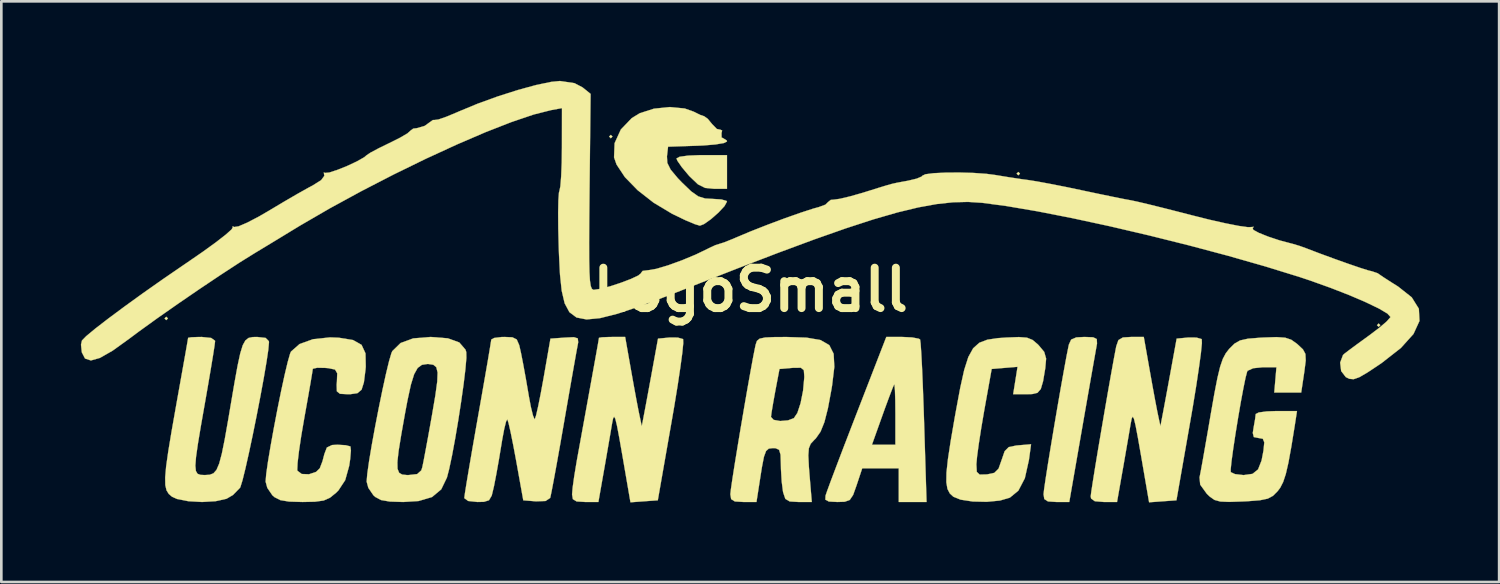
<source format=kicad_pcb>
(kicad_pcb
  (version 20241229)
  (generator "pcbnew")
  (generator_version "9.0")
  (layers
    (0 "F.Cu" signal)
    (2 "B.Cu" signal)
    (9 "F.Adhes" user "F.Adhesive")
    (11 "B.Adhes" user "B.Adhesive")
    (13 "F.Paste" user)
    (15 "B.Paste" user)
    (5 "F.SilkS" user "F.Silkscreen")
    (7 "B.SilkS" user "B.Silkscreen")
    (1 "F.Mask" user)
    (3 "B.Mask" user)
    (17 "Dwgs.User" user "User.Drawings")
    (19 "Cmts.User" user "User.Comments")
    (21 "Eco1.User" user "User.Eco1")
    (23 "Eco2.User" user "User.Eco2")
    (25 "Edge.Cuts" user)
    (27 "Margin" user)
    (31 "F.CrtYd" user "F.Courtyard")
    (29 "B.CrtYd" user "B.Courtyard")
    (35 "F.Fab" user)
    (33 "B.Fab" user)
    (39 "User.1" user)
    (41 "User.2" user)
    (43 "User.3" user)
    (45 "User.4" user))
  (footprint "LogoSmall"
    (layer "F.Cu")
    (at 25.254 7.879)
    (property "Reference" "LogoSmall" (at 0 0 0) (layer "F.SilkS") (effects (font (size 1.524 1.524) (thickness 0.3))))
    (attr through_hole)
    (fp_poly (pts (xy -21.971 1.079) (xy -22.035 1.143) (xy -22.098 1.079) (xy -22.035 1.016) (xy -21.971 1.079)) (stroke (width 0.01) (type solid)) (fill yes) (layer "F.SilkS"))
    (fp_poly (pts (xy -5.207 -5.779) (xy -5.271 -5.715) (xy -5.334 -5.779) (xy -5.271 -5.842) (xy -5.207 -5.779)) (stroke (width 0.01) (type solid)) (fill yes) (layer "F.SilkS"))
    (fp_poly (pts (xy 10.16 -4.381) (xy 10.097 -4.318) (xy 10.033 -4.381) (xy 10.097 -4.445) (xy 10.16 -4.381)) (stroke (width 0.01) (type solid)) (fill yes) (layer "F.SilkS"))
    (fp_poly (pts (xy 23.749 1.333) (xy 23.686 1.397) (xy 23.622 1.333) (xy 23.686 1.27) (xy 23.749 1.333)) (stroke (width 0.01) (type solid)) (fill yes) (layer "F.SilkS"))
    (fp_poly (pts (xy -0.889 -3.81) (xy -1.382 -3.81) (xy -1.714 -3.843) (xy -1.983 -3.977) (xy -2.285 -4.264) (xy -2.335 -4.318) (xy -2.592 -4.625) (xy -2.758 -4.865) (xy -2.794 -4.953) (xy -2.676 -5.017) (xy -2.357 -5.061) (xy -1.89 -5.08) (xy -1.841 -5.08) (xy -0.889 -5.08) (xy -0.889 -3.81)) (stroke (width 0.01) (type solid)) (fill yes) (layer "F.SilkS"))
    (fp_poly (pts (xy 12.92 1.79) (xy 13.056 1.857) (xy 13.065 2.028) (xy 13.047 2.127) (xy 13.007 2.352) (xy 12.93 2.786) (xy 12.824 3.386) (xy 12.697 4.11) (xy 12.556 4.917) (xy 12.5 5.239) (xy 12.019 8.001) (xy 11.534 8.001) (xy 11.215 7.98) (xy 11.077 7.89) (xy 11.049 7.71) (xy 11.07 7.517) (xy 11.128 7.12) (xy 11.215 6.565) (xy 11.324 5.898) (xy 11.446 5.166) (xy 11.574 4.414) (xy 11.7 3.689) (xy 11.817 3.036) (xy 11.915 2.502) (xy 11.989 2.133) (xy 12.004 2.064) (xy 12.09 1.877) (xy 12.283 1.794) (xy 12.591 1.778) (xy 12.92 1.79)) (stroke (width 0.01) (type solid)) (fill yes) (layer "F.SilkS"))
    (fp_poly (pts (xy 6.095 1.796) (xy 6.342 1.843) (xy 6.393 1.873) (xy 6.413 2.022) (xy 6.438 2.388) (xy 6.467 2.936) (xy 6.496 3.628) (xy 6.526 4.429) (xy 6.544 4.985) (xy 6.637 8.001) (xy 5.588 8.001) (xy 5.588 6.731) (xy 4.211 6.731) (xy 4 7.366) (xy 3.868 7.736) (xy 3.741 7.924) (xy 3.552 7.992) (xy 3.277 8.001) (xy 2.952 7.984) (xy 2.821 7.913) (xy 2.827 7.763) (xy 2.889 7.582) (xy 3.029 7.2) (xy 3.236 6.652) (xy 3.493 5.976) (xy 3.545 5.842) (xy 4.577 5.842) (xy 5.461 5.842) (xy 5.461 4.678) (xy 5.457 4.177) (xy 5.445 3.796) (xy 5.427 3.588) (xy 5.416 3.567) (xy 5.357 3.702) (xy 5.234 4.021) (xy 5.069 4.467) (xy 4.974 4.731) (xy 4.577 5.842) (xy 3.545 5.842) (xy 3.79 5.205) (xy 4.004 4.652) (xy 5.119 1.778) (xy 5.727 1.778) (xy 6.095 1.796)) (stroke (width 0.01) (type solid)) (fill yes) (layer "F.SilkS"))
    (fp_poly (pts (xy -2.483 -6.838) (xy -2.147 -6.719) (xy -1.89 -6.592) (xy -1.749 -6.545) (xy -1.615 -6.449) (xy -1.454 -6.253) (xy -1.271 -6.066) (xy -1.136 -6.037) (xy -1.072 -6.009) (xy -1.095 -5.912) (xy -1.092 -5.745) (xy -1.03 -5.715) (xy -0.895 -5.629) (xy -0.889 -5.593) (xy -1.006 -5.535) (xy -1.32 -5.482) (xy -1.773 -5.444) (xy -2 -5.434) (xy -3.111 -5.397) (xy -3.153 -5.031) (xy -3.14 -4.787) (xy -3.015 -4.534) (xy -2.743 -4.209) (xy -2.587 -4.047) (xy -2.236 -3.71) (xy -1.971 -3.523) (xy -1.713 -3.444) (xy -1.434 -3.429) (xy -1.102 -3.408) (xy -0.909 -3.354) (xy -0.889 -3.327) (xy -0.982 -3.158) (xy -1.208 -2.915) (xy -1.492 -2.665) (xy -1.757 -2.478) (xy -1.911 -2.419) (xy -2.107 -2.478) (xy -2.458 -2.626) (xy -2.892 -2.835) (xy -2.968 -2.873) (xy -3.654 -3.284) (xy -4.259 -3.757) (xy -4.74 -4.251) (xy -5.054 -4.725) (xy -5.148 -4.994) (xy -5.127 -5.53) (xy -4.892 -6.045) (xy -4.48 -6.475) (xy -4.177 -6.66) (xy -3.642 -6.831) (xy -3.043 -6.892) (xy -2.483 -6.838)) (stroke (width 0.01) (type solid)) (fill yes) (layer "F.SilkS"))
    (fp_poly (pts (xy 15.048 3.016) (xy 15.153 3.604) (xy 15.253 4.147) (xy 15.333 4.563) (xy 15.361 4.699) (xy 15.456 5.144) (xy 15.553 4.636) (xy 15.621 4.275) (xy 15.717 3.758) (xy 15.824 3.177) (xy 15.859 2.985) (xy 16.068 1.841) (xy 16.495 1.8) (xy 16.812 1.801) (xy 17.007 1.856) (xy 17.015 1.864) (xy 17.02 2.013) (xy 16.984 2.377) (xy 16.911 2.918) (xy 16.809 3.602) (xy 16.68 4.393) (xy 16.583 4.953) (xy 16.06 7.938) (xy 15.544 7.975) (xy 15.029 8.013) (xy 14.727 6.261) (xy 14.607 5.578) (xy 14.52 5.12) (xy 14.458 4.863) (xy 14.412 4.782) (xy 14.374 4.85) (xy 14.335 5.045) (xy 14.329 5.08) (xy 14.263 5.469) (xy 14.169 6.012) (xy 14.065 6.613) (xy 14.027 6.826) (xy 13.82 8.001) (xy 13.323 8.001) (xy 12.984 7.973) (xy 12.842 7.872) (xy 12.827 7.792) (xy 12.848 7.62) (xy 12.906 7.243) (xy 12.992 6.705) (xy 13.1 6.051) (xy 13.223 5.327) (xy 13.351 4.577) (xy 13.478 3.846) (xy 13.596 3.178) (xy 13.697 2.619) (xy 13.774 2.213) (xy 13.791 2.127) (xy 13.872 1.896) (xy 14.041 1.797) (xy 14.346 1.778) (xy 14.829 1.778) (xy 15.048 3.016)) (stroke (width 0.01) (type solid)) (fill yes) (layer "F.SilkS"))
    (fp_poly (pts (xy -4.51 3.016) (xy -4.405 3.604) (xy -4.305 4.147) (xy -4.225 4.563) (xy -4.197 4.699) (xy -4.102 5.144) (xy -4.005 4.636) (xy -3.937 4.275) (xy -3.841 3.758) (xy -3.734 3.177) (xy -3.699 2.985) (xy -3.49 1.841) (xy -3.063 1.8) (xy -2.746 1.801) (xy -2.551 1.856) (xy -2.543 1.864) (xy -2.538 2.013) (xy -2.574 2.377) (xy -2.647 2.918) (xy -2.749 3.602) (xy -2.878 4.393) (xy -2.975 4.953) (xy -3.498 7.938) (xy -4.014 7.975) (xy -4.529 8.013) (xy -4.831 6.261) (xy -4.951 5.578) (xy -5.038 5.12) (xy -5.1 4.863) (xy -5.146 4.782) (xy -5.184 4.85) (xy -5.223 5.045) (xy -5.229 5.08) (xy -5.295 5.469) (xy -5.389 6.012) (xy -5.493 6.613) (xy -5.531 6.826) (xy -5.738 8.001) (xy -6.235 8.001) (xy -6.559 7.981) (xy -6.701 7.894) (xy -6.731 7.715) (xy -6.709 7.457) (xy -6.65 7.033) (xy -6.566 6.524) (xy -6.547 6.413) (xy -6.452 5.893) (xy -6.328 5.209) (xy -6.189 4.445) (xy -6.052 3.688) (xy -6.039 3.619) (xy -5.924 2.982) (xy -5.826 2.441) (xy -5.755 2.043) (xy -5.719 1.831) (xy -5.716 1.81) (xy -5.603 1.79) (xy -5.322 1.779) (xy -5.222 1.778) (xy -4.729 1.778) (xy -4.51 3.016)) (stroke (width 0.01) (type solid)) (fill yes) (layer "F.SilkS"))
    (fp_poly (pts (xy 10.423 1.805) (xy 10.632 1.889) (xy 10.827 2.052) (xy 10.861 2.086) (xy 11.074 2.341) (xy 11.146 2.594) (xy 11.114 2.957) (xy 11.031 3.448) (xy 10.945 3.74) (xy 10.82 3.884) (xy 10.617 3.932) (xy 10.404 3.937) (xy 9.903 3.937) (xy 9.986 3.42) (xy 10.068 2.904) (xy 9.581 2.944) (xy 9.093 2.985) (xy 8.808 4.572) (xy 8.698 5.218) (xy 8.606 5.811) (xy 8.542 6.286) (xy 8.516 6.577) (xy 8.516 6.58) (xy 8.531 6.865) (xy 8.641 6.968) (xy 8.918 6.961) (xy 9.193 6.902) (xy 9.352 6.744) (xy 9.469 6.413) (xy 9.582 6.086) (xy 9.736 5.931) (xy 10.019 5.872) (xy 10.094 5.865) (xy 10.578 5.824) (xy 10.497 6.418) (xy 10.344 7.104) (xy 10.099 7.574) (xy 9.779 7.837) (xy 9.405 7.947) (xy 8.906 7.995) (xy 8.379 7.983) (xy 7.92 7.913) (xy 7.648 7.803) (xy 7.514 7.68) (xy 7.425 7.509) (xy 7.383 7.258) (xy 7.388 6.894) (xy 7.443 6.386) (xy 7.547 5.701) (xy 7.701 4.806) (xy 7.742 4.58) (xy 7.908 3.69) (xy 8.057 3.019) (xy 8.212 2.535) (xy 8.394 2.205) (xy 8.626 1.997) (xy 8.929 1.881) (xy 9.325 1.822) (xy 9.643 1.8) (xy 10.119 1.782) (xy 10.423 1.805)) (stroke (width 0.01) (type solid)) (fill yes) (layer "F.SilkS"))
    (fp_poly (pts (xy -11.416 1.829) (xy -10.984 1.985) (xy -10.751 2.255) (xy -10.721 2.347) (xy -10.717 2.569) (xy -10.753 2.989) (xy -10.821 3.555) (xy -10.914 4.215) (xy -11.022 4.917) (xy -11.139 5.609) (xy -11.256 6.24) (xy -11.366 6.758) (xy -11.449 7.078) (xy -11.665 7.525) (xy -12.01 7.813) (xy -12.52 7.965) (xy -13.098 8.001) (xy -13.606 7.985) (xy -13.933 7.928) (xy -14.152 7.812) (xy -14.224 7.747) (xy -14.414 7.468) (xy -14.478 7.232) (xy -14.453 6.934) (xy -14.389 6.484) (xy -13.318 6.484) (xy -13.313 6.75) (xy -13.253 6.9) (xy -13.137 6.967) (xy -12.964 6.985) (xy -12.893 6.985) (xy -12.573 6.949) (xy -12.419 6.811) (xy -12.381 6.699) (xy -12.334 6.472) (xy -12.254 6.05) (xy -12.15 5.489) (xy -12.035 4.847) (xy -12.009 4.7) (xy -11.885 3.972) (xy -11.815 3.458) (xy -11.802 3.119) (xy -11.85 2.921) (xy -11.963 2.826) (xy -12.143 2.799) (xy -12.192 2.798) (xy -12.395 2.829) (xy -12.554 2.946) (xy -12.687 3.184) (xy -12.81 3.581) (xy -12.938 4.171) (xy -13.029 4.653) (xy -13.174 5.469) (xy -13.271 6.068) (xy -13.318 6.484) (xy -14.389 6.484) (xy -14.386 6.459) (xy -14.285 5.856) (xy -14.161 5.177) (xy -14.024 4.471) (xy -13.884 3.788) (xy -13.751 3.18) (xy -13.634 2.696) (xy -13.543 2.386) (xy -13.51 2.312) (xy -13.197 2.006) (xy -12.723 1.832) (xy -12.065 1.778) (xy -11.416 1.829)) (stroke (width 0.01) (type solid)) (fill yes) (layer "F.SilkS"))
    (fp_poly (pts (xy -18.287 1.814) (xy -18.165 1.937) (xy -18.161 1.982) (xy -18.186 2.258) (xy -18.254 2.718) (xy -18.356 3.317) (xy -18.483 4.007) (xy -18.625 4.741) (xy -18.773 5.473) (xy -18.918 6.155) (xy -19.05 6.741) (xy -19.16 7.184) (xy -19.238 7.437) (xy -19.254 7.467) (xy -19.521 7.739) (xy -19.763 7.88) (xy -20.172 7.971) (xy -20.683 8.001) (xy -21.2 7.972) (xy -21.627 7.888) (xy -21.816 7.803) (xy -21.939 7.699) (xy -22.024 7.563) (xy -22.07 7.366) (xy -22.075 7.075) (xy -22.039 6.66) (xy -21.958 6.089) (xy -21.833 5.333) (xy -21.661 4.359) (xy -21.654 4.318) (xy -21.518 3.559) (xy -21.399 2.892) (xy -21.303 2.353) (xy -21.238 1.981) (xy -21.21 1.815) (xy -21.209 1.81) (xy -21.096 1.79) (xy -20.814 1.779) (xy -20.701 1.778) (xy -20.342 1.815) (xy -20.195 1.92) (xy -20.193 1.937) (xy -20.214 2.109) (xy -20.273 2.487) (xy -20.362 3.026) (xy -20.474 3.683) (xy -20.574 4.255) (xy -20.731 5.147) (xy -20.843 5.82) (xy -20.912 6.305) (xy -20.937 6.632) (xy -20.917 6.833) (xy -20.854 6.938) (xy -20.746 6.978) (xy -20.594 6.985) (xy -20.571 6.985) (xy -20.395 6.974) (xy -20.255 6.92) (xy -20.14 6.79) (xy -20.039 6.555) (xy -19.939 6.181) (xy -19.829 5.637) (xy -19.697 4.891) (xy -19.611 4.381) (xy -19.463 3.512) (xy -19.345 2.862) (xy -19.245 2.399) (xy -19.151 2.091) (xy -19.049 1.907) (xy -18.929 1.814) (xy -18.777 1.782) (xy -18.609 1.778) (xy -18.287 1.814)) (stroke (width 0.01) (type solid)) (fill yes) (layer "F.SilkS"))
    (fp_poly (pts (xy -8.981 1.791) (xy -8.818 1.872) (xy -8.724 2.087) (xy -8.657 2.381) (xy -8.572 2.816) (xy -8.469 3.381) (xy -8.37 3.955) (xy -8.369 3.966) (xy -8.285 4.415) (xy -8.206 4.737) (xy -8.147 4.878) (xy -8.136 4.877) (xy -8.087 4.732) (xy -8.008 4.387) (xy -7.91 3.896) (xy -7.805 3.324) (xy -7.546 1.841) (xy -7 1.802) (xy -6.661 1.786) (xy -6.515 1.832) (xy -6.5 1.98) (xy -6.526 2.119) (xy -6.569 2.35) (xy -6.647 2.788) (xy -6.753 3.388) (xy -6.879 4.107) (xy -7.017 4.901) (xy -7.048 5.08) (xy -7.186 5.87) (xy -7.313 6.58) (xy -7.421 7.169) (xy -7.503 7.599) (xy -7.551 7.828) (xy -7.558 7.85) (xy -7.73 7.964) (xy -8.094 7.977) (xy -8.571 7.938) (xy -8.84 6.441) (xy -8.95 5.855) (xy -9.049 5.366) (xy -9.127 5.024) (xy -9.173 4.882) (xy -9.22 4.967) (xy -9.29 5.249) (xy -9.369 5.671) (xy -9.391 5.807) (xy -9.486 6.381) (xy -9.587 6.949) (xy -9.672 7.388) (xy -9.674 7.398) (xy -9.76 7.759) (xy -9.864 7.936) (xy -10.054 7.995) (xy -10.298 8.001) (xy -10.65 7.963) (xy -10.793 7.858) (xy -10.794 7.842) (xy -10.772 7.676) (xy -10.712 7.298) (xy -10.619 6.744) (xy -10.501 6.054) (xy -10.363 5.265) (xy -10.286 4.83) (xy -10.141 4.008) (xy -10.012 3.271) (xy -9.905 2.653) (xy -9.828 2.193) (xy -9.785 1.927) (xy -9.779 1.877) (xy -9.666 1.815) (xy -9.386 1.78) (xy -9.282 1.778) (xy -8.981 1.791)) (stroke (width 0.01) (type solid)) (fill yes) (layer "F.SilkS"))
    (fp_poly (pts (xy -15.524 1.807) (xy -14.991 1.894) (xy -14.669 2.076) (xy -14.521 2.397) (xy -14.511 2.902) (xy -14.521 3.013) (xy -14.581 3.49) (xy -14.669 3.767) (xy -14.826 3.898) (xy -15.089 3.936) (xy -15.194 3.937) (xy -15.484 3.922) (xy -15.601 3.828) (xy -15.609 3.579) (xy -15.599 3.461) (xy -15.587 3.148) (xy -15.67 3.007) (xy -15.918 2.955) (xy -16.034 2.945) (xy -16.339 2.939) (xy -16.502 2.975) (xy -16.51 2.99) (xy -16.532 3.138) (xy -16.591 3.49) (xy -16.679 3.997) (xy -16.789 4.613) (xy -16.833 4.859) (xy -16.945 5.512) (xy -17.03 6.085) (xy -17.082 6.526) (xy -17.094 6.785) (xy -17.088 6.823) (xy -16.926 6.945) (xy -16.654 6.956) (xy -16.384 6.866) (xy -16.245 6.731) (xy -16.143 6.464) (xy -16.071 6.191) (xy -15.978 5.947) (xy -15.782 5.853) (xy -15.576 5.842) (xy -15.269 5.86) (xy -15.094 5.905) (xy -15.089 5.909) (xy -15.071 6.061) (xy -15.098 6.38) (xy -15.136 6.639) (xy -15.286 7.177) (xy -15.543 7.567) (xy -15.628 7.652) (xy -15.86 7.84) (xy -16.099 7.946) (xy -16.428 7.991) (xy -16.893 8.001) (xy -17.404 7.986) (xy -17.733 7.931) (xy -17.953 7.819) (xy -18.034 7.747) (xy -18.224 7.468) (xy -18.288 7.232) (xy -18.264 6.941) (xy -18.197 6.472) (xy -18.097 5.875) (xy -17.975 5.2) (xy -17.84 4.496) (xy -17.702 3.815) (xy -17.57 3.207) (xy -17.454 2.721) (xy -17.365 2.409) (xy -17.331 2.329) (xy -17.008 2.045) (xy -16.499 1.862) (xy -15.859 1.794) (xy -15.524 1.807)) (stroke (width 0.01) (type solid)) (fill yes) (layer "F.SilkS"))
    (fp_poly (pts (xy 2.115 1.804) (xy 2.64 1.895) (xy 2.97 2.086) (xy 3.133 2.412) (xy 3.159 2.904) (xy 3.076 3.597) (xy 3.052 3.747) (xy 2.917 4.471) (xy 2.785 4.989) (xy 2.639 5.35) (xy 2.464 5.6) (xy 2.396 5.667) (xy 2.268 5.806) (xy 2.198 5.977) (xy 2.178 6.243) (xy 2.199 6.667) (xy 2.221 6.952) (xy 2.309 8.001) (xy 1.805 8.001) (xy 1.475 7.981) (xy 1.312 7.884) (xy 1.232 7.649) (xy 1.222 7.604) (xy 1.174 7.228) (xy 1.146 6.757) (xy 1.143 6.588) (xy 1.131 6.217) (xy 1.076 6.034) (xy 0.944 5.973) (xy 0.841 5.969) (xy 0.688 5.988) (xy 0.584 6.08) (xy 0.505 6.295) (xy 0.429 6.684) (xy 0.381 6.985) (xy 0.223 8.001) (xy -0.27 8.001) (xy -0.592 7.981) (xy -0.732 7.893) (xy -0.762 7.71) (xy -0.741 7.517) (xy -0.683 7.12) (xy -0.596 6.565) (xy -0.487 5.898) (xy -0.365 5.166) (xy -0.301 4.794) (xy 0.77 4.794) (xy 0.87 4.904) (xy 1.117 4.948) (xy 1.413 4.923) (xy 1.633 4.84) (xy 1.765 4.644) (xy 1.887 4.272) (xy 1.98 3.803) (xy 2.025 3.314) (xy 2.026 3.263) (xy 2.009 3.03) (xy 1.897 2.939) (xy 1.617 2.941) (xy 1.562 2.945) (xy 1.091 2.985) (xy 0.934 3.81) (xy 0.853 4.258) (xy 0.793 4.615) (xy 0.77 4.794) (xy -0.301 4.794) (xy -0.237 4.414) (xy -0.111 3.689) (xy 0.006 3.036) (xy 0.104 2.502) (xy 0.178 2.133) (xy 0.193 2.064) (xy 0.241 1.926) (xy 0.343 1.842) (xy 0.55 1.798) (xy 0.917 1.782) (xy 1.368 1.78) (xy 2.115 1.804)) (stroke (width 0.01) (type solid)) (fill yes) (layer "F.SilkS"))
    (fp_poly (pts (xy 20.162 1.806) (xy 20.391 1.883) (xy 20.599 2.031) (xy 20.633 2.06) (xy 20.83 2.245) (xy 20.924 2.419) (xy 20.936 2.667) (xy 20.885 3.073) (xy 20.878 3.12) (xy 20.765 3.873) (xy 19.749 3.873) (xy 19.831 2.921) (xy 19.31 2.921) (xy 18.954 2.957) (xy 18.747 3.051) (xy 18.728 3.08) (xy 18.667 3.31) (xy 18.584 3.716) (xy 18.486 4.241) (xy 18.384 4.833) (xy 18.286 5.436) (xy 18.201 5.996) (xy 18.138 6.46) (xy 18.106 6.772) (xy 18.109 6.876) (xy 18.269 6.95) (xy 18.572 6.985) (xy 18.609 6.985) (xy 18.93 6.94) (xy 19.138 6.773) (xy 19.271 6.435) (xy 19.342 6.064) (xy 19.373 5.752) (xy 19.317 5.617) (xy 19.153 5.588) (xy 18.978 5.553) (xy 18.939 5.398) (xy 18.971 5.191) (xy 19.026 4.88) (xy 19.05 4.684) (xy 19.05 4.683) (xy 19.165 4.625) (xy 19.466 4.585) (xy 19.828 4.572) (xy 20.606 4.572) (xy 20.523 5.112) (xy 20.392 5.92) (xy 20.283 6.519) (xy 20.184 6.948) (xy 20.084 7.249) (xy 19.973 7.465) (xy 19.873 7.597) (xy 19.701 7.769) (xy 19.502 7.875) (xy 19.208 7.936) (xy 18.75 7.972) (xy 18.562 7.981) (xy 18.046 7.998) (xy 17.714 7.984) (xy 17.494 7.923) (xy 17.317 7.799) (xy 17.204 7.69) (xy 16.956 7.347) (xy 16.931 7.074) (xy 16.974 6.858) (xy 17.05 6.441) (xy 17.15 5.87) (xy 17.268 5.195) (xy 17.352 4.701) (xy 17.492 3.906) (xy 17.607 3.319) (xy 17.708 2.9) (xy 17.809 2.605) (xy 17.921 2.393) (xy 18.049 2.228) (xy 18.25 2.029) (xy 18.461 1.909) (xy 18.758 1.843) (xy 19.218 1.806) (xy 19.332 1.8) (xy 19.835 1.783) (xy 20.162 1.806)) (stroke (width 0.01) (type solid)) (fill yes) (layer "F.SilkS"))
    (fp_poly (pts (xy -6.64 -7.793) (xy -6.332 -7.631) (xy -6.032 -7.388) (xy -6.073 -3.694) (xy -6.083 -2.623) (xy -6.088 -1.779) (xy -6.086 -1.136) (xy -6.076 -0.668) (xy -6.057 -0.346) (xy -6.027 -0.146) (xy -5.986 -0.04) (xy -5.932 -0.002) (xy -5.909 0) (xy -5.651 -0.038) (xy -5.286 -0.135) (xy -4.883 -0.268) (xy -4.51 -0.41) (xy -4.235 -0.539) (xy -4.127 -0.629) (xy -4.129 -0.638) (xy -4.071 -0.713) (xy -3.844 -0.742) (xy -3.554 -0.791) (xy -3.111 -0.923) (xy -2.59 -1.112) (xy -2.066 -1.33) (xy -1.614 -1.548) (xy -1.587 -1.563) (xy -1.323 -1.686) (xy -1.191 -1.727) (xy -0.992 -1.79) (xy -0.669 -1.919) (xy -0.556 -1.968) (xy -0.009 -2.198) (xy 0.626 -2.448) (xy 1.281 -2.693) (xy 1.884 -2.906) (xy 2.367 -3.063) (xy 2.572 -3.119) (xy 2.824 -3.212) (xy 2.921 -3.308) (xy 3.025 -3.391) (xy 3.143 -3.401) (xy 3.366 -3.432) (xy 3.754 -3.524) (xy 4.229 -3.659) (xy 4.318 -3.687) (xy 4.804 -3.839) (xy 5.117 -3.935) (xy 5.33 -3.995) (xy 5.513 -4.036) (xy 5.737 -4.078) (xy 5.937 -4.114) (xy 6.266 -4.193) (xy 6.457 -4.274) (xy 6.477 -4.302) (xy 6.594 -4.358) (xy 6.905 -4.398) (xy 7.35 -4.419) (xy 7.871 -4.423) (xy 8.408 -4.408) (xy 8.901 -4.373) (xy 9.228 -4.33) (xy 9.741 -4.246) (xy 10.242 -4.17) (xy 10.477 -4.139) (xy 10.803 -4.087) (xy 11.307 -3.994) (xy 11.916 -3.874) (xy 12.509 -3.749) (xy 13.13 -3.618) (xy 13.685 -3.503) (xy 14.114 -3.417) (xy 14.351 -3.374) (xy 14.581 -3.325) (xy 15.005 -3.225) (xy 15.574 -3.084) (xy 16.235 -2.916) (xy 16.61 -2.819) (xy 17.295 -2.647) (xy 17.912 -2.508) (xy 18.41 -2.41) (xy 18.74 -2.364) (xy 18.832 -2.364) (xy 18.981 -2.375) (xy 18.934 -2.333) (xy 18.957 -2.262) (xy 19.171 -2.146) (xy 19.521 -2.006) (xy 19.953 -1.863) (xy 20.412 -1.741) (xy 20.447 -1.733) (xy 20.709 -1.654) (xy 20.955 -1.565) (xy 21.469 -1.369) (xy 22.019 -1.167) (xy 22.548 -0.979) (xy 22.998 -0.825) (xy 23.314 -0.726) (xy 23.431 -0.699) (xy 23.644 -0.627) (xy 23.686 -0.599) (xy 23.859 -0.48) (xy 24.169 -0.28) (xy 24.418 -0.124) (xy 24.933 0.283) (xy 25.202 0.714) (xy 25.225 1.174) (xy 24.999 1.666) (xy 24.524 2.193) (xy 23.8 2.759) (xy 23.734 2.804) (xy 23.267 3.115) (xy 22.954 3.297) (xy 22.743 3.371) (xy 22.582 3.357) (xy 22.447 3.292) (xy 22.272 3.064) (xy 22.234 2.744) (xy 22.34 2.462) (xy 22.384 2.418) (xy 22.56 2.283) (xy 22.878 2.047) (xy 23.275 1.759) (xy 23.336 1.715) (xy 23.714 1.428) (xy 23.994 1.188) (xy 24.126 1.037) (xy 24.13 1.022) (xy 24.015 0.895) (xy 23.696 0.706) (xy 23.21 0.472) (xy 22.594 0.207) (xy 21.885 -0.07) (xy 21.121 -0.344) (xy 20.701 -0.484) (xy 19.413 -0.882) (xy 18.009 -1.283) (xy 16.532 -1.676) (xy 15.029 -2.051) (xy 13.545 -2.398) (xy 12.123 -2.705) (xy 10.81 -2.962) (xy 9.65 -3.159) (xy 8.733 -3.281) (xy 8.202 -3.315) (xy 7.637 -3.301) (xy 7.018 -3.234) (xy 6.324 -3.108) (xy 5.536 -2.918) (xy 4.633 -2.657) (xy 3.595 -2.319) (xy 2.402 -1.9) (xy 1.034 -1.393) (xy -0.531 -0.793) (xy -1.915 -0.25) (xy -3.156 0.237) (xy -4.182 0.622) (xy -5.016 0.901) (xy -5.676 1.068) (xy -6.185 1.117) (xy -6.563 1.044) (xy -6.832 0.843) (xy -7.011 0.508) (xy -7.122 0.034) (xy -7.187 -0.584) (xy -7.225 -1.351) (xy -7.234 -1.619) (xy -7.252 -2.307) (xy -7.256 -2.908) (xy -7.247 -3.377) (xy -7.226 -3.665) (xy -7.209 -3.728) (xy -7.172 -3.906) (xy -7.142 -4.283) (xy -7.121 -4.8) (xy -7.114 -5.363) (xy -7.112 -6.852) (xy -7.525 -6.776) (xy -8.178 -6.611) (xy -9.012 -6.329) (xy -9.992 -5.946) (xy -11.083 -5.477) (xy -12.25 -4.94) (xy -13.458 -4.35) (xy -14.672 -3.724) (xy -15.856 -3.079) (xy -16.977 -2.429) (xy -17.272 -2.25) (xy -17.779 -1.941) (xy -18.298 -1.626) (xy -18.691 -1.389) (xy -19.264 -1.033) (xy -19.98 -0.566) (xy -20.779 -0.031) (xy -21.601 0.532) (xy -22.384 1.08) (xy -23.068 1.573) (xy -23.428 1.842) (xy -24.059 2.296) (xy -24.536 2.568) (xy -24.876 2.664) (xy -25.098 2.591) (xy -25.219 2.357) (xy -25.249 2.068) (xy -25.214 1.912) (xy -25.054 1.748) (xy -24.713 1.465) (xy -24.222 1.086) (xy -23.612 0.633) (xy -22.913 0.128) (xy -22.155 -0.405) (xy -21.369 -0.944) (xy -21.244 -1.029) (xy -20.659 -1.432) (xy -20.163 -1.791) (xy -19.79 -2.081) (xy -19.571 -2.277) (xy -19.528 -2.351) (xy -19.532 -2.396) (xy -19.471 -2.368) (xy -19.307 -2.394) (xy -18.98 -2.534) (xy -18.543 -2.762) (xy -18.168 -2.98) (xy -17.626 -3.304) (xy -17.106 -3.607) (xy -16.682 -3.845) (xy -16.504 -3.94) (xy -16.194 -4.135) (xy -16.072 -4.299) (xy -16.081 -4.342) (xy -16.093 -4.427) (xy -16.045 -4.408) (xy -15.884 -4.423) (xy -15.577 -4.524) (xy -15.202 -4.675) (xy -14.84 -4.845) (xy -14.569 -4.999) (xy -14.478 -5.076) (xy -14.338 -5.17) (xy -14.033 -5.333) (xy -13.628 -5.531) (xy -13.621 -5.534) (xy -13.225 -5.732) (xy -12.941 -5.898) (xy -12.827 -5.999) (xy -12.827 -6.001) (xy -12.721 -6.079) (xy -12.582 -6.096) (xy -12.288 -6.182) (xy -12.153 -6.28) (xy -11.979 -6.404) (xy -11.908 -6.405) (xy -11.772 -6.423) (xy -11.468 -6.528) (xy -11.06 -6.698) (xy -11.009 -6.721) (xy -10.3 -7.015) (xy -9.537 -7.292) (xy -8.778 -7.534) (xy -8.084 -7.724) (xy -7.514 -7.842) (xy -7.188 -7.874) (xy -6.64 -7.793)) (stroke (width 0.01) (type solid)) (fill yes) (layer "F.SilkS")))
  (gr_rect
    (start -3 -3)
    (end 53.483 18.897)
    (stroke (width 0.1) (type default))
    (fill no)
    (layer "Edge.Cuts")))
</source>
